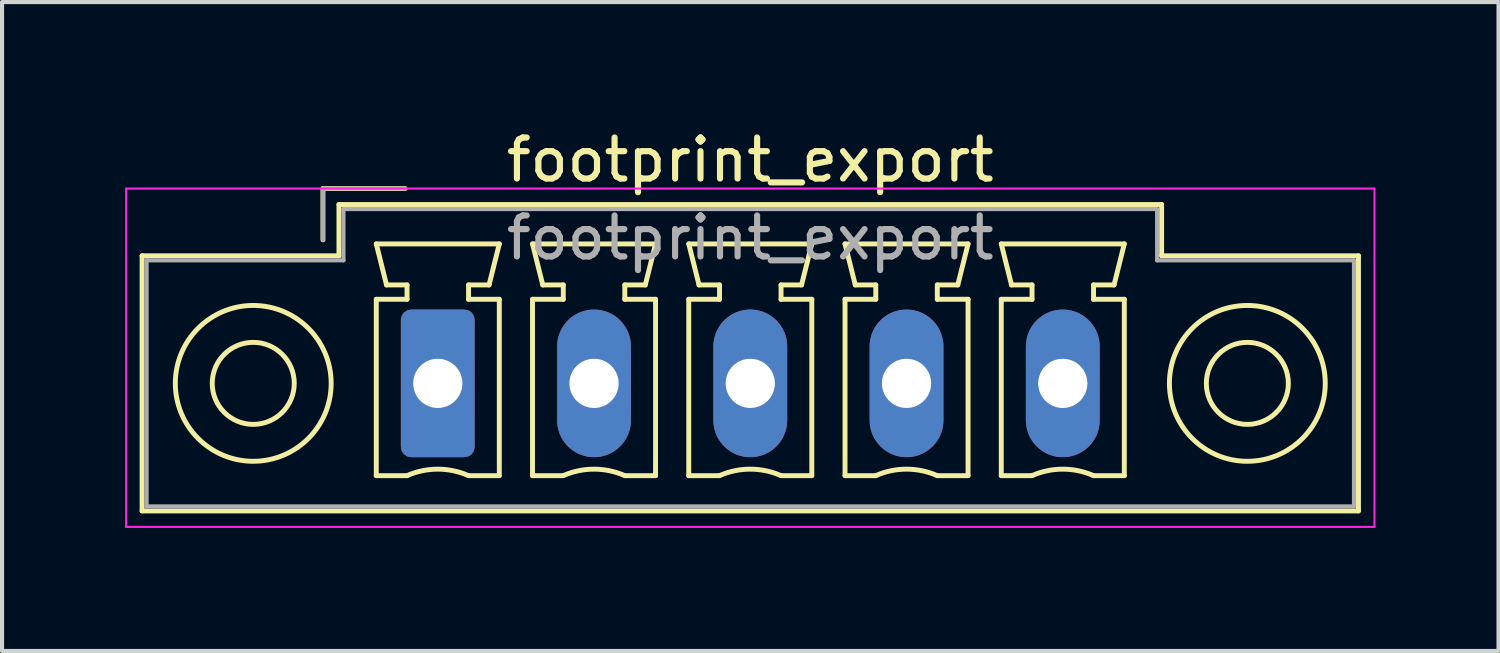
<source format=kicad_pcb>
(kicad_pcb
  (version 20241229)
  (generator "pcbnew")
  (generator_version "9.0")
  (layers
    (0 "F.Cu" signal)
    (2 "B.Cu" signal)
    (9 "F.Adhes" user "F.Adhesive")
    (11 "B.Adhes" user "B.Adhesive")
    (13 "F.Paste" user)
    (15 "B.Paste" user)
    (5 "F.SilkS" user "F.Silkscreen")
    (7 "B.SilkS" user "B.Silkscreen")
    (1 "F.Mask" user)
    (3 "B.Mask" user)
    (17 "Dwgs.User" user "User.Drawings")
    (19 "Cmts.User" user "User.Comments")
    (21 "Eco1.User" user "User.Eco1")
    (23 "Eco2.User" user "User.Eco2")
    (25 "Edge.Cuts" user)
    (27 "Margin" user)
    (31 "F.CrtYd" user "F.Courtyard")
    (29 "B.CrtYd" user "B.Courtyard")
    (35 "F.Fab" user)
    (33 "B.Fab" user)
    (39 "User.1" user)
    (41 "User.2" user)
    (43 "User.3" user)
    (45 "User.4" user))
  (footprint "footprint_export"
    (layer "F.Cu")
    (at 7.625 6.298)
    (property "Reference" "footprint_export" (at 7.62 -5.45 0) (layer "F.SilkS") (effects (font (size 1 1) (thickness 0.15))))
    (attr through_hole)
    (fp_line (start -7.21 -3.11) (end -7.21 3.11) (stroke (width 0.12) (type solid)) (layer "F.SilkS"))
    (fp_line (start -7.21 3.11) (end 22.45 3.11) (stroke (width 0.12) (type solid)) (layer "F.SilkS"))
    (fp_line (start -2.8 -4.75) (end -0.8 -4.75) (stroke (width 0.12) (type solid)) (layer "F.SilkS"))
    (fp_line (start -2.8 -3.5) (end -2.8 -4.75) (stroke (width 0.12) (type solid)) (layer "F.SilkS"))
    (fp_line (start -2.41 -4.36) (end -2.41 -3.11) (stroke (width 0.12) (type solid)) (layer "F.SilkS"))
    (fp_line (start -2.41 -3.11) (end -7.21 -3.11) (stroke (width 0.12) (type solid)) (layer "F.SilkS"))
    (fp_line (start -1.5 -3.4) (end 1.5 -3.4) (stroke (width 0.12) (type solid)) (layer "F.SilkS"))
    (fp_line (start -1.5 -2.05) (end -0.75 -2.05) (stroke (width 0.12) (type solid)) (layer "F.SilkS"))
    (fp_line (start -1.5 2.25) (end -1.5 -2.05) (stroke (width 0.12) (type solid)) (layer "F.SilkS"))
    (fp_line (start -1.25 -2.4) (end -1.5 -3.4) (stroke (width 0.12) (type solid)) (layer "F.SilkS"))
    (fp_line (start -0.75 -2.4) (end -1.25 -2.4) (stroke (width 0.12) (type solid)) (layer "F.SilkS"))
    (fp_line (start -0.75 -2.05) (end -0.75 -2.4) (stroke (width 0.12) (type solid)) (layer "F.SilkS"))
    (fp_line (start -0.75 2.25) (end -1.5 2.25) (stroke (width 0.12) (type solid)) (layer "F.SilkS"))
    (fp_line (start 0.75 -2.4) (end 0.75 -2.05) (stroke (width 0.12) (type solid)) (layer "F.SilkS"))
    (fp_line (start 0.75 -2.05) (end 1.5 -2.05) (stroke (width 0.12) (type solid)) (layer "F.SilkS"))
    (fp_line (start 1.25 -2.4) (end 0.75 -2.4) (stroke (width 0.12) (type solid)) (layer "F.SilkS"))
    (fp_line (start 1.5 -3.4) (end 1.25 -2.4) (stroke (width 0.12) (type solid)) (layer "F.SilkS"))
    (fp_line (start 1.5 -2.05) (end 1.5 2.25) (stroke (width 0.12) (type solid)) (layer "F.SilkS"))
    (fp_line (start 1.5 2.25) (end 0.75 2.25) (stroke (width 0.12) (type solid)) (layer "F.SilkS"))
    (fp_line (start 2.31 -3.4) (end 5.31 -3.4) (stroke (width 0.12) (type solid)) (layer "F.SilkS"))
    (fp_line (start 2.31 -2.05) (end 3.06 -2.05) (stroke (width 0.12) (type solid)) (layer "F.SilkS"))
    (fp_line (start 2.31 2.25) (end 2.31 -2.05) (stroke (width 0.12) (type solid)) (layer "F.SilkS"))
    (fp_line (start 2.56 -2.4) (end 2.31 -3.4) (stroke (width 0.12) (type solid)) (layer "F.SilkS"))
    (fp_line (start 3.06 -2.4) (end 2.56 -2.4) (stroke (width 0.12) (type solid)) (layer "F.SilkS"))
    (fp_line (start 3.06 -2.05) (end 3.06 -2.4) (stroke (width 0.12) (type solid)) (layer "F.SilkS"))
    (fp_line (start 3.06 2.25) (end 2.31 2.25) (stroke (width 0.12) (type solid)) (layer "F.SilkS"))
    (fp_line (start 4.56 -2.4) (end 4.56 -2.05) (stroke (width 0.12) (type solid)) (layer "F.SilkS"))
    (fp_line (start 4.56 -2.05) (end 5.31 -2.05) (stroke (width 0.12) (type solid)) (layer "F.SilkS"))
    (fp_line (start 5.06 -2.4) (end 4.56 -2.4) (stroke (width 0.12) (type solid)) (layer "F.SilkS"))
    (fp_line (start 5.31 -3.4) (end 5.06 -2.4) (stroke (width 0.12) (type solid)) (layer "F.SilkS"))
    (fp_line (start 5.31 -2.05) (end 5.31 2.25) (stroke (width 0.12) (type solid)) (layer "F.SilkS"))
    (fp_line (start 5.31 2.25) (end 4.56 2.25) (stroke (width 0.12) (type solid)) (layer "F.SilkS"))
    (fp_line (start 6.12 -3.4) (end 9.12 -3.4) (stroke (width 0.12) (type solid)) (layer "F.SilkS"))
    (fp_line (start 6.12 -2.05) (end 6.87 -2.05) (stroke (width 0.12) (type solid)) (layer "F.SilkS"))
    (fp_line (start 6.12 2.25) (end 6.12 -2.05) (stroke (width 0.12) (type solid)) (layer "F.SilkS"))
    (fp_line (start 6.37 -2.4) (end 6.12 -3.4) (stroke (width 0.12) (type solid)) (layer "F.SilkS"))
    (fp_line (start 6.87 -2.4) (end 6.37 -2.4) (stroke (width 0.12) (type solid)) (layer "F.SilkS"))
    (fp_line (start 6.87 -2.05) (end 6.87 -2.4) (stroke (width 0.12) (type solid)) (layer "F.SilkS"))
    (fp_line (start 6.87 2.25) (end 6.12 2.25) (stroke (width 0.12) (type solid)) (layer "F.SilkS"))
    (fp_line (start 8.37 -2.4) (end 8.37 -2.05) (stroke (width 0.12) (type solid)) (layer "F.SilkS"))
    (fp_line (start 8.37 -2.05) (end 9.12 -2.05) (stroke (width 0.12) (type solid)) (layer "F.SilkS"))
    (fp_line (start 8.87 -2.4) (end 8.37 -2.4) (stroke (width 0.12) (type solid)) (layer "F.SilkS"))
    (fp_line (start 9.12 -3.4) (end 8.87 -2.4) (stroke (width 0.12) (type solid)) (layer "F.SilkS"))
    (fp_line (start 9.12 -2.05) (end 9.12 2.25) (stroke (width 0.12) (type solid)) (layer "F.SilkS"))
    (fp_line (start 9.12 2.25) (end 8.37 2.25) (stroke (width 0.12) (type solid)) (layer "F.SilkS"))
    (fp_line (start 9.93 -3.4) (end 12.93 -3.4) (stroke (width 0.12) (type solid)) (layer "F.SilkS"))
    (fp_line (start 9.93 -2.05) (end 10.68 -2.05) (stroke (width 0.12) (type solid)) (layer "F.SilkS"))
    (fp_line (start 9.93 2.25) (end 9.93 -2.05) (stroke (width 0.12) (type solid)) (layer "F.SilkS"))
    (fp_line (start 10.18 -2.4) (end 9.93 -3.4) (stroke (width 0.12) (type solid)) (layer "F.SilkS"))
    (fp_line (start 10.68 -2.4) (end 10.18 -2.4) (stroke (width 0.12) (type solid)) (layer "F.SilkS"))
    (fp_line (start 10.68 -2.05) (end 10.68 -2.4) (stroke (width 0.12) (type solid)) (layer "F.SilkS"))
    (fp_line (start 10.68 2.25) (end 9.93 2.25) (stroke (width 0.12) (type solid)) (layer "F.SilkS"))
    (fp_line (start 12.18 -2.4) (end 12.18 -2.05) (stroke (width 0.12) (type solid)) (layer "F.SilkS"))
    (fp_line (start 12.18 -2.05) (end 12.93 -2.05) (stroke (width 0.12) (type solid)) (layer "F.SilkS"))
    (fp_line (start 12.68 -2.4) (end 12.18 -2.4) (stroke (width 0.12) (type solid)) (layer "F.SilkS"))
    (fp_line (start 12.93 -3.4) (end 12.68 -2.4) (stroke (width 0.12) (type solid)) (layer "F.SilkS"))
    (fp_line (start 12.93 -2.05) (end 12.93 2.25) (stroke (width 0.12) (type solid)) (layer "F.SilkS"))
    (fp_line (start 12.93 2.25) (end 12.18 2.25) (stroke (width 0.12) (type solid)) (layer "F.SilkS"))
    (fp_line (start 13.74 -3.4) (end 16.74 -3.4) (stroke (width 0.12) (type solid)) (layer "F.SilkS"))
    (fp_line (start 13.74 -2.05) (end 14.49 -2.05) (stroke (width 0.12) (type solid)) (layer "F.SilkS"))
    (fp_line (start 13.74 2.25) (end 13.74 -2.05) (stroke (width 0.12) (type solid)) (layer "F.SilkS"))
    (fp_line (start 13.99 -2.4) (end 13.74 -3.4) (stroke (width 0.12) (type solid)) (layer "F.SilkS"))
    (fp_line (start 14.49 -2.4) (end 13.99 -2.4) (stroke (width 0.12) (type solid)) (layer "F.SilkS"))
    (fp_line (start 14.49 -2.05) (end 14.49 -2.4) (stroke (width 0.12) (type solid)) (layer "F.SilkS"))
    (fp_line (start 14.49 2.25) (end 13.74 2.25) (stroke (width 0.12) (type solid)) (layer "F.SilkS"))
    (fp_line (start 15.99 -2.4) (end 15.99 -2.05) (stroke (width 0.12) (type solid)) (layer "F.SilkS"))
    (fp_line (start 15.99 -2.05) (end 16.74 -2.05) (stroke (width 0.12) (type solid)) (layer "F.SilkS"))
    (fp_line (start 16.49 -2.4) (end 15.99 -2.4) (stroke (width 0.12) (type solid)) (layer "F.SilkS"))
    (fp_line (start 16.74 -3.4) (end 16.49 -2.4) (stroke (width 0.12) (type solid)) (layer "F.SilkS"))
    (fp_line (start 16.74 -2.05) (end 16.74 2.25) (stroke (width 0.12) (type solid)) (layer "F.SilkS"))
    (fp_line (start 16.74 2.25) (end 15.99 2.25) (stroke (width 0.12) (type solid)) (layer "F.SilkS"))
    (fp_line (start 17.65 -4.36) (end -2.41 -4.36) (stroke (width 0.12) (type solid)) (layer "F.SilkS"))
    (fp_line (start 17.65 -3.11) (end 17.65 -4.36) (stroke (width 0.12) (type solid)) (layer "F.SilkS"))
    (fp_line (start 22.45 -3.11) (end 17.65 -3.11) (stroke (width 0.12) (type solid)) (layer "F.SilkS"))
    (fp_line (start 22.45 3.11) (end 22.45 -3.11) (stroke (width 0.12) (type solid)) (layer "F.SilkS"))
    (fp_arc (start -0.75 2.25) (mid -0.000193 2.09191) (end 0.749647 2.249844) (stroke (width 0.12) (type solid)) (layer "F.SilkS"))
    (fp_arc (start 3.06 2.25) (mid 3.809807 2.09191) (end 4.559647 2.249844) (stroke (width 0.12) (type solid)) (layer "F.SilkS"))
    (fp_arc (start 6.87 2.25) (mid 7.619807 2.09191) (end 8.369647 2.249844) (stroke (width 0.12) (type solid)) (layer "F.SilkS"))
    (fp_arc (start 10.68 2.25) (mid 11.429807 2.09191) (end 12.179647 2.249844) (stroke (width 0.12) (type solid)) (layer "F.SilkS"))
    (fp_arc (start 14.49 2.25) (mid 15.239807 2.09191) (end 15.989647 2.249844) (stroke (width 0.12) (type solid)) (layer "F.SilkS"))
    (fp_circle (center -4.5 0) (end -3.5 0) (stroke (width 0.12) (type solid)) (fill no) (layer "F.SilkS"))
    (fp_circle (center -4.5 0) (end -2.6 0) (stroke (width 0.12) (type solid)) (fill no) (layer "F.SilkS"))
    (fp_circle (center 19.74 0) (end 20.74 0) (stroke (width 0.12) (type solid)) (fill no) (layer "F.SilkS"))
    (fp_circle (center 19.74 0) (end 21.64 0) (stroke (width 0.12) (type solid)) (fill no) (layer "F.SilkS"))
    (fp_line (start -7.6 -4.75) (end -7.6 3.5) (stroke (width 0.05) (type solid)) (layer "F.CrtYd"))
    (fp_line (start -7.6 3.5) (end 22.84 3.5) (stroke (width 0.05) (type solid)) (layer "F.CrtYd"))
    (fp_line (start 22.84 -4.75) (end -7.6 -4.75) (stroke (width 0.05) (type solid)) (layer "F.CrtYd"))
    (fp_line (start 22.84 3.5) (end 22.84 -4.75) (stroke (width 0.05) (type solid)) (layer "F.CrtYd"))
    (fp_line (start -7.1 -3) (end -7.1 3) (stroke (width 0.1) (type solid)) (layer "F.Fab"))
    (fp_line (start -7.1 3) (end 22.34 3) (stroke (width 0.1) (type solid)) (layer "F.Fab"))
    (fp_line (start -2.8 -4.75) (end -0.8 -4.75) (stroke (width 0.1) (type solid)) (layer "F.Fab"))
    (fp_line (start -2.8 -3.5) (end -2.8 -4.75) (stroke (width 0.1) (type solid)) (layer "F.Fab"))
    (fp_line (start -2.3 -4.25) (end -2.3 -3) (stroke (width 0.1) (type solid)) (layer "F.Fab"))
    (fp_line (start -2.3 -3) (end -7.1 -3) (stroke (width 0.1) (type solid)) (layer "F.Fab"))
    (fp_line (start 17.54 -4.25) (end -2.3 -4.25) (stroke (width 0.1) (type solid)) (layer "F.Fab"))
    (fp_line (start 17.54 -3) (end 17.54 -4.25) (stroke (width 0.1) (type solid)) (layer "F.Fab"))
    (fp_line (start 22.34 -3) (end 17.54 -3) (stroke (width 0.1) (type solid)) (layer "F.Fab"))
    (fp_line (start 22.34 3) (end 22.34 -3) (stroke (width 0.1) (type solid)) (layer "F.Fab"))
    (fp_text user "${REFERENCE}" (at 7.62 -3.55 0) (layer "F.Fab") (effects (font (size 1 1) (thickness 0.15))))
    (pad "1" thru_hole roundrect (at 0 0) (size 1.8 3.6) (drill 1.2) (layers "*.Cu" "*.Mask") (roundrect_rratio 0.139))
    (pad "2" thru_hole oval (at 3.81 0) (size 1.8 3.6) (drill 1.2) (layers "*.Cu" "*.Mask"))
    (pad "3" thru_hole oval (at 7.62 0) (size 1.8 3.6) (drill 1.2) (layers "*.Cu" "*.Mask"))
    (pad "4" thru_hole oval (at 11.43 0) (size 1.8 3.6) (drill 1.2) (layers "*.Cu" "*.Mask"))
    (pad "5" thru_hole oval (at 15.24 0) (size 1.8 3.6) (drill 1.2) (layers "*.Cu" "*.Mask")))
  (gr_rect
    (start -3 -3)
    (end 33.49 12.823)
    (stroke (width 0.1) (type default))
    (fill no)
    (layer "Edge.Cuts")))
</source>
